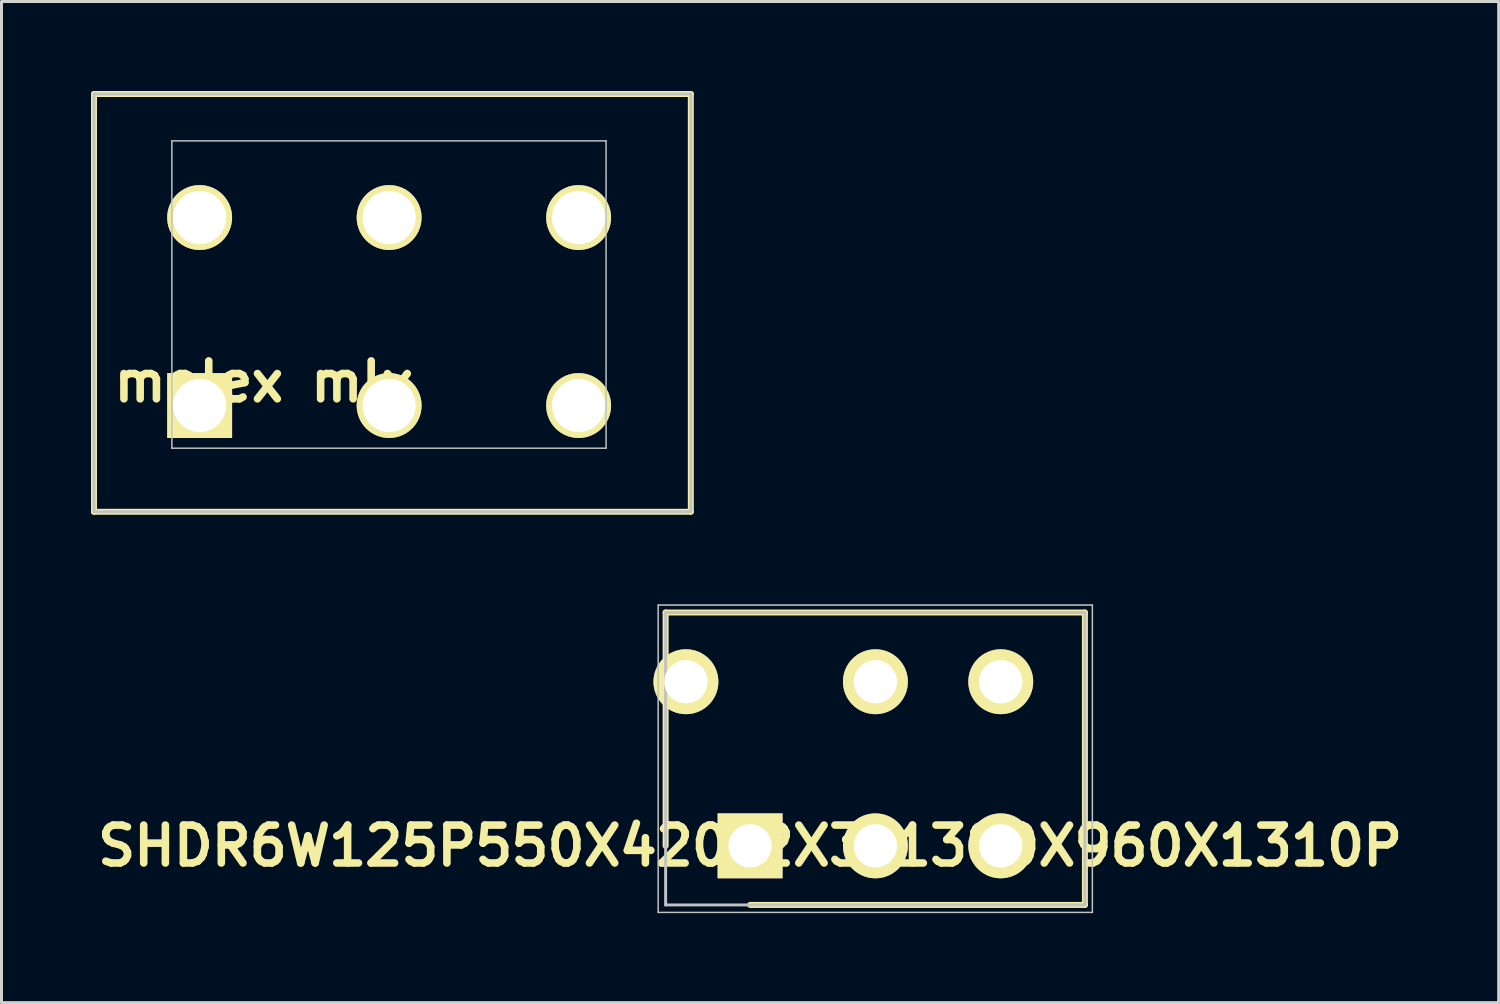
<source format=kicad_pcb>
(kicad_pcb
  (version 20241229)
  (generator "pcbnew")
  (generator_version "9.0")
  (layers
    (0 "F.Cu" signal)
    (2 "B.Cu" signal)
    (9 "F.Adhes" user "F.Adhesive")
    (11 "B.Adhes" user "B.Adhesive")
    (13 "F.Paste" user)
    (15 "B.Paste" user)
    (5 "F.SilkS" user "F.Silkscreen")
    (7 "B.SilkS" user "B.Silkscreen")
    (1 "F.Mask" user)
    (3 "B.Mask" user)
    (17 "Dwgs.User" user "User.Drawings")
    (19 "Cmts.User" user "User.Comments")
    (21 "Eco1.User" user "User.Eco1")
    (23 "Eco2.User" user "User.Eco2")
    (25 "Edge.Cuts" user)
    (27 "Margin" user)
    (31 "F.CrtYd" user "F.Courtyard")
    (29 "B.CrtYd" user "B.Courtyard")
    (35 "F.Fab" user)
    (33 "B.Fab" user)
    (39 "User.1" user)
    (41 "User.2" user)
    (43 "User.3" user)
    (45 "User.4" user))
  (footprint "molex mlx"
    (layer "F.Cu")
    (at 10.1 7.1)
    (property "Reference" "molex mlx" (at -4.31 2.64 0) (layer "F.SilkS") (effects (font (size 1.27 1.27) (thickness 0.254))))
    (attr through_hole)
    (fp_line (start -10 -7) (end -10 7) (stroke (width 0.2) (type solid)) (layer "F.SilkS"))
    (fp_line (start -10 7) (end 10 7) (stroke (width 0.2) (type solid)) (layer "F.SilkS"))
    (fp_line (start 10 -7) (end -10 -7) (stroke (width 0.2) (type solid)) (layer "F.SilkS"))
    (fp_line (start 10 7) (end 10 -7) (stroke (width 0.2) (type solid)) (layer "F.SilkS"))
    (fp_line (start -10 -7) (end 10 -7) (stroke (width 0.1) (type solid)) (layer "Dwgs.User"))
    (fp_line (start -10 7) (end -10 -7) (stroke (width 0.1) (type solid)) (layer "Dwgs.User"))
    (fp_line (start -7.39 -5.43) (end 7.16 -5.43) (stroke (width 0.05) (type solid)) (layer "Dwgs.User"))
    (fp_line (start -7.39 4.87) (end -7.39 -5.43) (stroke (width 0.05) (type solid)) (layer "Dwgs.User"))
    (fp_line (start 7.16 -5.43) (end 7.16 4.87) (stroke (width 0.05) (type solid)) (layer "Dwgs.User"))
    (fp_line (start 7.16 4.87) (end -7.39 4.87) (stroke (width 0.05) (type solid)) (layer "Dwgs.User"))
    (fp_line (start 10 -7) (end 10 7) (stroke (width 0.1) (type solid)) (layer "Dwgs.User"))
    (fp_line (start 10 7) (end -10 7) (stroke (width 0.1) (type solid)) (layer "Dwgs.User"))
    (pad "1" thru_hole rect (at -6.46 3.44 90) (size 2.175 2.175) (drill 1.78) (layers "*.Cu" "*.Mask" "F.SilkS"))
    (pad "2" thru_hole circle (at -6.46 -2.86 90) (size 2.175 2.175) (drill 1.78) (layers "*.Cu" "*.Mask" "F.SilkS"))
    (pad "3" thru_hole circle (at -0.11 3.44 90) (size 2.175 2.175) (drill 1.78) (layers "*.Cu" "*.Mask" "F.SilkS"))
    (pad "4" thru_hole circle (at -0.11 -2.86 90) (size 2.175 2.175) (drill 1.78) (layers "*.Cu" "*.Mask" "F.SilkS"))
    (pad "5" thru_hole circle (at 6.24 3.44 90) (size 2.175 2.175) (drill 1.78) (layers "*.Cu" "*.Mask" "F.SilkS"))
    (pad "6" thru_hole circle (at 6.24 -2.86 90) (size 2.175 2.175) (drill 1.78) (layers "*.Cu" "*.Mask" "F.SilkS")))
  (footprint "SHDR6W125P550X420_2X3_1380X960X1310P"
    (layer "F.Cu")
    (at 22.086 25.295)
    (property "Reference" "SHDR6W125P550X420_2X3_1380X960X1310P" (at 0 0 0) (layer "F.SilkS") (effects (font (size 1.27 1.27) (thickness 0.254))))
    (attr through_hole)
    (fp_line (start -2.83 -7.82) (end -2.83 0) (stroke (width 0.2) (type solid)) (layer "F.SilkS"))
    (fp_line (start 0 1.98) (end 11.22 1.98) (stroke (width 0.2) (type solid)) (layer "F.SilkS"))
    (fp_line (start 11.22 -7.82) (end -2.83 -7.82) (stroke (width 0.2) (type solid)) (layer "F.SilkS"))
    (fp_line (start 11.22 1.98) (end 11.22 -7.82) (stroke (width 0.2) (type solid)) (layer "F.SilkS"))
    (fp_line (start -3.08 -8.07) (end 11.47 -8.07) (stroke (width 0.05) (type solid)) (layer "Dwgs.User"))
    (fp_line (start -3.08 2.23) (end -3.08 -8.07) (stroke (width 0.05) (type solid)) (layer "Dwgs.User"))
    (fp_line (start -2.83 -7.82) (end 11.22 -7.82) (stroke (width 0.1) (type solid)) (layer "Dwgs.User"))
    (fp_line (start -2.83 1.98) (end -2.83 -7.82) (stroke (width 0.1) (type solid)) (layer "Dwgs.User"))
    (fp_line (start 11.22 -7.82) (end 11.22 1.98) (stroke (width 0.1) (type solid)) (layer "Dwgs.User"))
    (fp_line (start 11.22 1.98) (end -2.83 1.98) (stroke (width 0.1) (type solid)) (layer "Dwgs.User"))
    (fp_line (start 11.47 -8.07) (end 11.47 2.23) (stroke (width 0.05) (type solid)) (layer "Dwgs.User"))
    (fp_line (start 11.47 2.23) (end -3.08 2.23) (stroke (width 0.05) (type solid)) (layer "Dwgs.User"))
    (pad "1" thru_hole rect (at 0 0 90) (size 2.175 2.175) (drill 1.45) (layers "*.Cu" "*.Mask" "F.SilkS"))
    (pad "2" thru_hole circle (at -2.15 -5.5 90) (size 2.175 2.175) (drill 1.45) (layers "*.Cu" "*.Mask" "F.SilkS"))
    (pad "3" thru_hole circle (at 4.2 0 90) (size 2.175 2.175) (drill 1.45) (layers "*.Cu" "*.Mask" "F.SilkS"))
    (pad "4" thru_hole circle (at 4.2 -5.5 90) (size 2.175 2.175) (drill 1.45) (layers "*.Cu" "*.Mask" "F.SilkS"))
    (pad "5" thru_hole circle (at 8.4 0 90) (size 2.175 2.175) (drill 1.45) (layers "*.Cu" "*.Mask" "F.SilkS"))
    (pad "6" thru_hole circle (at 8.4 -5.5 90) (size 2.175 2.175) (drill 1.45) (layers "*.Cu" "*.Mask" "F.SilkS")))
  (gr_rect
    (start -3 -3)
    (end 47.172 30.55)
    (stroke (width 0.1) (type default))
    (fill no)
    (layer "Edge.Cuts")))
</source>
